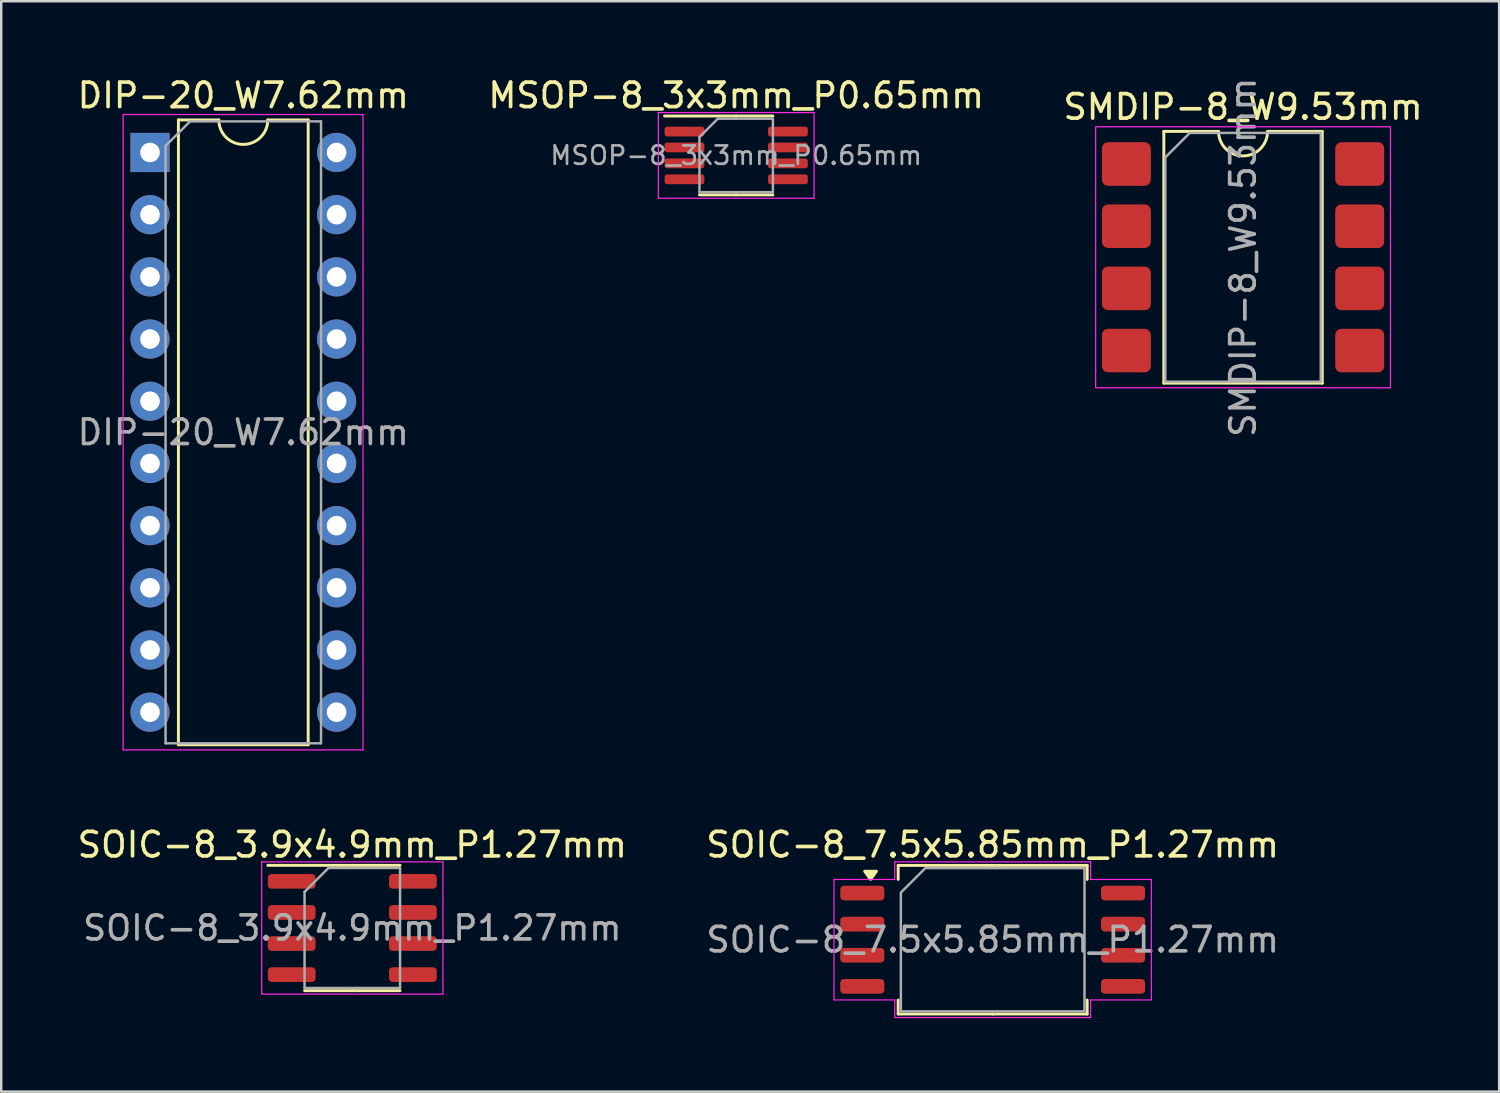
<source format=kicad_pcb>
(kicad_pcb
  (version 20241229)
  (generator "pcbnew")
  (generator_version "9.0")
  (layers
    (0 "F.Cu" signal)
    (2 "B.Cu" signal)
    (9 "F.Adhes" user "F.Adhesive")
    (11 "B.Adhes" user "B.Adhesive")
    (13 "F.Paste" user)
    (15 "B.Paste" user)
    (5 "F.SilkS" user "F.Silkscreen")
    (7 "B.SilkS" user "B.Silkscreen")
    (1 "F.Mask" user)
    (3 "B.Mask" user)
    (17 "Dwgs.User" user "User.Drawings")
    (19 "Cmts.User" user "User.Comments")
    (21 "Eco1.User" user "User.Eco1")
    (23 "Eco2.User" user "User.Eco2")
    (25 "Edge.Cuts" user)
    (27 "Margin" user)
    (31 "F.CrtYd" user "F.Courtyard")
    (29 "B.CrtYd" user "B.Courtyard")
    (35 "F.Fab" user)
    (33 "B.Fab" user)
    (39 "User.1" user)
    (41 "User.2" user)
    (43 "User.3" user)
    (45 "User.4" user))
  (footprint "DIP-20_W7.62mm"
    (layer "F.Cu")
    (at 3.077 3.178)
    (property "Reference" "DIP-20_W7.62mm" (at 3.81 -2.33 0) (layer "F.SilkS") (effects (font (size 1 1) (thickness 0.15))))
    (attr through_hole)
    (fp_line (start 1.16 -1.33) (end 1.16 24.19) (stroke (width 0.12) (type solid)) (layer "F.SilkS"))
    (fp_line (start 1.16 24.19) (end 6.46 24.19) (stroke (width 0.12) (type solid)) (layer "F.SilkS"))
    (fp_line (start 2.81 -1.33) (end 1.16 -1.33) (stroke (width 0.12) (type solid)) (layer "F.SilkS"))
    (fp_line (start 6.46 -1.33) (end 4.81 -1.33) (stroke (width 0.12) (type solid)) (layer "F.SilkS"))
    (fp_line (start 6.46 24.19) (end 6.46 -1.33) (stroke (width 0.12) (type solid)) (layer "F.SilkS"))
    (fp_arc (start 4.81 -1.33) (mid 3.81 -0.33) (end 2.81 -1.33) (stroke (width 0.12) (type solid)) (layer "F.SilkS"))
    (fp_line (start -1.1 -1.55) (end -1.1 24.4) (stroke (width 0.05) (type solid)) (layer "F.CrtYd"))
    (fp_line (start -1.1 24.4) (end 8.7 24.4) (stroke (width 0.05) (type solid)) (layer "F.CrtYd"))
    (fp_line (start 8.7 -1.55) (end -1.1 -1.55) (stroke (width 0.05) (type solid)) (layer "F.CrtYd"))
    (fp_line (start 8.7 24.4) (end 8.7 -1.55) (stroke (width 0.05) (type solid)) (layer "F.CrtYd"))
    (fp_line (start 0.635 -0.27) (end 1.635 -1.27) (stroke (width 0.1) (type solid)) (layer "F.Fab"))
    (fp_line (start 0.635 24.13) (end 0.635 -0.27) (stroke (width 0.1) (type solid)) (layer "F.Fab"))
    (fp_line (start 1.635 -1.27) (end 6.985 -1.27) (stroke (width 0.1) (type solid)) (layer "F.Fab"))
    (fp_line (start 6.985 -1.27) (end 6.985 24.13) (stroke (width 0.1) (type solid)) (layer "F.Fab"))
    (fp_line (start 6.985 24.13) (end 0.635 24.13) (stroke (width 0.1) (type solid)) (layer "F.Fab"))
    (fp_text user "${REFERENCE}" (at 3.81 11.43 0) (layer "F.Fab") (effects (font (size 1 1) (thickness 0.15))))
    (pad "1" thru_hole rect (at 0 0) (size 1.6 1.6) (drill 0.8) (layers "*.Cu" "*.Mask"))
    (pad "2" thru_hole oval (at 0 2.54) (size 1.6 1.6) (drill 0.8) (layers "*.Cu" "*.Mask"))
    (pad "3" thru_hole oval (at 0 5.08) (size 1.6 1.6) (drill 0.8) (layers "*.Cu" "*.Mask"))
    (pad "4" thru_hole oval (at 0 7.62) (size 1.6 1.6) (drill 0.8) (layers "*.Cu" "*.Mask"))
    (pad "5" thru_hole oval (at 0 10.16) (size 1.6 1.6) (drill 0.8) (layers "*.Cu" "*.Mask"))
    (pad "6" thru_hole oval (at 0 12.7) (size 1.6 1.6) (drill 0.8) (layers "*.Cu" "*.Mask"))
    (pad "7" thru_hole oval (at 0 15.24) (size 1.6 1.6) (drill 0.8) (layers "*.Cu" "*.Mask"))
    (pad "8" thru_hole oval (at 0 17.78) (size 1.6 1.6) (drill 0.8) (layers "*.Cu" "*.Mask"))
    (pad "9" thru_hole oval (at 0 20.32) (size 1.6 1.6) (drill 0.8) (layers "*.Cu" "*.Mask"))
    (pad "10" thru_hole oval (at 0 22.86) (size 1.6 1.6) (drill 0.8) (layers "*.Cu" "*.Mask"))
    (pad "11" thru_hole oval (at 7.62 22.86) (size 1.6 1.6) (drill 0.8) (layers "*.Cu" "*.Mask"))
    (pad "12" thru_hole oval (at 7.62 20.32) (size 1.6 1.6) (drill 0.8) (layers "*.Cu" "*.Mask"))
    (pad "13" thru_hole oval (at 7.62 17.78) (size 1.6 1.6) (drill 0.8) (layers "*.Cu" "*.Mask"))
    (pad "14" thru_hole oval (at 7.62 15.24) (size 1.6 1.6) (drill 0.8) (layers "*.Cu" "*.Mask"))
    (pad "15" thru_hole oval (at 7.62 12.7) (size 1.6 1.6) (drill 0.8) (layers "*.Cu" "*.Mask"))
    (pad "16" thru_hole oval (at 7.62 10.16) (size 1.6 1.6) (drill 0.8) (layers "*.Cu" "*.Mask"))
    (pad "17" thru_hole oval (at 7.62 7.62) (size 1.6 1.6) (drill 0.8) (layers "*.Cu" "*.Mask"))
    (pad "18" thru_hole oval (at 7.62 5.08) (size 1.6 1.6) (drill 0.8) (layers "*.Cu" "*.Mask"))
    (pad "19" thru_hole oval (at 7.62 2.54) (size 1.6 1.6) (drill 0.8) (layers "*.Cu" "*.Mask"))
    (pad "20" thru_hole oval (at 7.62 0) (size 1.6 1.6) (drill 0.8) (layers "*.Cu" "*.Mask")))
  (footprint "SOIC-8_7.5x5.85mm_P1.27mm"
    (layer "F.Cu")
    (at 37.494 35.331)
    (property "Reference" "SOIC-8_7.5x5.85mm_P1.27mm" (at 0 -3.88 0) (layer "F.SilkS") (effects (font (size 1 1) (thickness 0.15))))
    (attr smd)
    (fp_line (start -3.86 -3.035) (end -3.86 -2.465) (stroke (width 0.12) (type solid)) (layer "F.SilkS"))
    (fp_line (start -3.86 3.035) (end -3.86 2.465) (stroke (width 0.12) (type solid)) (layer "F.SilkS"))
    (fp_line (start 0 -3.035) (end -3.86 -3.035) (stroke (width 0.12) (type solid)) (layer "F.SilkS"))
    (fp_line (start 0 -3.035) (end 3.86 -3.035) (stroke (width 0.12) (type solid)) (layer "F.SilkS"))
    (fp_line (start 0 3.035) (end -3.86 3.035) (stroke (width 0.12) (type solid)) (layer "F.SilkS"))
    (fp_line (start 0 3.035) (end 3.86 3.035) (stroke (width 0.12) (type solid)) (layer "F.SilkS"))
    (fp_line (start 3.86 -3.035) (end 3.86 -2.465) (stroke (width 0.12) (type solid)) (layer "F.SilkS"))
    (fp_line (start 3.86 3.035) (end 3.86 2.465) (stroke (width 0.12) (type solid)) (layer "F.SilkS"))
    (fp_poly (pts (xy -4.987 -2.465) (xy -5.228 -2.795) (xy -4.747 -2.795)) (stroke (width 0.12) (type solid)) (fill yes) (layer "F.SilkS"))
    (fp_line (start -6.48 -2.46) (end -4 -2.46) (stroke (width 0.05) (type solid)) (layer "F.CrtYd"))
    (fp_line (start -6.48 2.46) (end -6.48 -2.46) (stroke (width 0.05) (type solid)) (layer "F.CrtYd"))
    (fp_line (start -4 -3.18) (end 4 -3.18) (stroke (width 0.05) (type solid)) (layer "F.CrtYd"))
    (fp_line (start -4 -2.46) (end -4 -3.18) (stroke (width 0.05) (type solid)) (layer "F.CrtYd"))
    (fp_line (start -4 2.46) (end -6.48 2.46) (stroke (width 0.05) (type solid)) (layer "F.CrtYd"))
    (fp_line (start -4 3.18) (end -4 2.46) (stroke (width 0.05) (type solid)) (layer "F.CrtYd"))
    (fp_line (start 4 -3.18) (end 4 -2.46) (stroke (width 0.05) (type solid)) (layer "F.CrtYd"))
    (fp_line (start 4 -2.46) (end 6.48 -2.46) (stroke (width 0.05) (type solid)) (layer "F.CrtYd"))
    (fp_line (start 4 2.46) (end 4 3.18) (stroke (width 0.05) (type solid)) (layer "F.CrtYd"))
    (fp_line (start 4 3.18) (end -4 3.18) (stroke (width 0.05) (type solid)) (layer "F.CrtYd"))
    (fp_line (start 6.48 -2.46) (end 6.48 2.46) (stroke (width 0.05) (type solid)) (layer "F.CrtYd"))
    (fp_line (start 6.48 2.46) (end 4 2.46) (stroke (width 0.05) (type solid)) (layer "F.CrtYd"))
    (fp_poly (pts (xy -3.75 -1.925) (xy -3.75 2.925) (xy 3.75 2.925) (xy 3.75 -2.925) (xy -2.75 -2.925)) (stroke (width 0.1) (type solid)) (fill no) (layer "F.Fab"))
    (fp_text user "${REFERENCE}" (at 0 0 0) (layer "F.Fab") (effects (font (size 1 1) (thickness 0.15))))
    (pad "1" smd roundrect (at -5.325 -1.905) (size 1.8 0.6) (layers "F.Cu" "F.Mask" "F.Paste") (roundrect_rratio 0.25))
    (pad "2" smd roundrect (at -5.325 -0.635) (size 1.8 0.6) (layers "F.Cu" "F.Mask" "F.Paste") (roundrect_rratio 0.25))
    (pad "3" smd roundrect (at -5.325 0.635) (size 1.8 0.6) (layers "F.Cu" "F.Mask" "F.Paste") (roundrect_rratio 0.25))
    (pad "4" smd roundrect (at -5.325 1.905) (size 1.8 0.6) (layers "F.Cu" "F.Mask" "F.Paste") (roundrect_rratio 0.25))
    (pad "5" smd roundrect (at 5.325 1.905) (size 1.8 0.6) (layers "F.Cu" "F.Mask" "F.Paste") (roundrect_rratio 0.25))
    (pad "6" smd roundrect (at 5.325 0.635) (size 1.8 0.6) (layers "F.Cu" "F.Mask" "F.Paste") (roundrect_rratio 0.25))
    (pad "7" smd roundrect (at 5.325 -0.635) (size 1.8 0.6) (layers "F.Cu" "F.Mask" "F.Paste") (roundrect_rratio 0.25))
    (pad "8" smd roundrect (at 5.325 -1.905) (size 1.8 0.6) (layers "F.Cu" "F.Mask" "F.Paste") (roundrect_rratio 0.25)))
  (footprint "MSOP-8_3x3mm_P0.65mm"
    (layer "F.Cu")
    (at 27.018 3.298)
    (property "Reference" "MSOP-8_3x3mm_P0.65mm" (at 0 -2.45 0) (layer "F.SilkS") (effects (font (size 1 1) (thickness 0.15))))
    (attr smd)
    (fp_line (start 0 -1.61) (end -2.925 -1.61) (stroke (width 0.12) (type solid)) (layer "F.SilkS"))
    (fp_line (start 0 -1.61) (end 1.5 -1.61) (stroke (width 0.12) (type solid)) (layer "F.SilkS"))
    (fp_line (start 0 1.61) (end -1.5 1.61) (stroke (width 0.12) (type solid)) (layer "F.SilkS"))
    (fp_line (start 0 1.61) (end 1.5 1.61) (stroke (width 0.12) (type solid)) (layer "F.SilkS"))
    (fp_line (start -3.18 -1.75) (end -3.18 1.75) (stroke (width 0.05) (type solid)) (layer "F.CrtYd"))
    (fp_line (start -3.18 1.75) (end 3.18 1.75) (stroke (width 0.05) (type solid)) (layer "F.CrtYd"))
    (fp_line (start 3.18 -1.75) (end -3.18 -1.75) (stroke (width 0.05) (type solid)) (layer "F.CrtYd"))
    (fp_line (start 3.18 1.75) (end 3.18 -1.75) (stroke (width 0.05) (type solid)) (layer "F.CrtYd"))
    (fp_line (start -1.5 -0.75) (end -0.75 -1.5) (stroke (width 0.1) (type solid)) (layer "F.Fab"))
    (fp_line (start -1.5 1.5) (end -1.5 -0.75) (stroke (width 0.1) (type solid)) (layer "F.Fab"))
    (fp_line (start -0.75 -1.5) (end 1.5 -1.5) (stroke (width 0.1) (type solid)) (layer "F.Fab"))
    (fp_line (start 1.5 -1.5) (end 1.5 1.5) (stroke (width 0.1) (type solid)) (layer "F.Fab"))
    (fp_line (start 1.5 1.5) (end -1.5 1.5) (stroke (width 0.1) (type solid)) (layer "F.Fab"))
    (fp_text user "${REFERENCE}" (at 0 0 0) (layer "F.Fab") (effects (font (size 0.75 0.75) (thickness 0.11))))
    (pad "1" smd roundrect (at -2.112 -0.975) (size 1.625 0.4) (layers "F.Cu" "F.Mask" "F.Paste") (roundrect_rratio 0.25))
    (pad "2" smd roundrect (at -2.112 -0.325) (size 1.625 0.4) (layers "F.Cu" "F.Mask" "F.Paste") (roundrect_rratio 0.25))
    (pad "3" smd roundrect (at -2.112 0.325) (size 1.625 0.4) (layers "F.Cu" "F.Mask" "F.Paste") (roundrect_rratio 0.25))
    (pad "4" smd roundrect (at -2.112 0.975) (size 1.625 0.4) (layers "F.Cu" "F.Mask" "F.Paste") (roundrect_rratio 0.25))
    (pad "5" smd roundrect (at 2.112 0.975) (size 1.625 0.4) (layers "F.Cu" "F.Mask" "F.Paste") (roundrect_rratio 0.25))
    (pad "6" smd roundrect (at 2.112 0.325) (size 1.625 0.4) (layers "F.Cu" "F.Mask" "F.Paste") (roundrect_rratio 0.25))
    (pad "7" smd roundrect (at 2.112 -0.325) (size 1.625 0.4) (layers "F.Cu" "F.Mask" "F.Paste") (roundrect_rratio 0.25))
    (pad "8" smd roundrect (at 2.112 -0.975) (size 1.625 0.4) (layers "F.Cu" "F.Mask" "F.Paste") (roundrect_rratio 0.25)))
  (footprint "SOIC-8_3.9x4.9mm_P1.27mm"
    (layer "F.Cu")
    (at 11.339 34.852)
    (property "Reference" "SOIC-8_3.9x4.9mm_P1.27mm" (at 0 -3.4 0) (layer "F.SilkS") (effects (font (size 1 1) (thickness 0.15))))
    (attr smd)
    (fp_line (start 0 -2.56) (end -3.45 -2.56) (stroke (width 0.12) (type solid)) (layer "F.SilkS"))
    (fp_line (start 0 -2.56) (end 1.95 -2.56) (stroke (width 0.12) (type solid)) (layer "F.SilkS"))
    (fp_line (start 0 2.56) (end -1.95 2.56) (stroke (width 0.12) (type solid)) (layer "F.SilkS"))
    (fp_line (start 0 2.56) (end 1.95 2.56) (stroke (width 0.12) (type solid)) (layer "F.SilkS"))
    (fp_line (start -3.7 -2.7) (end -3.7 2.7) (stroke (width 0.05) (type solid)) (layer "F.CrtYd"))
    (fp_line (start -3.7 2.7) (end 3.7 2.7) (stroke (width 0.05) (type solid)) (layer "F.CrtYd"))
    (fp_line (start 3.7 -2.7) (end -3.7 -2.7) (stroke (width 0.05) (type solid)) (layer "F.CrtYd"))
    (fp_line (start 3.7 2.7) (end 3.7 -2.7) (stroke (width 0.05) (type solid)) (layer "F.CrtYd"))
    (fp_line (start -1.95 -1.475) (end -0.975 -2.45) (stroke (width 0.1) (type solid)) (layer "F.Fab"))
    (fp_line (start -1.95 2.45) (end -1.95 -1.475) (stroke (width 0.1) (type solid)) (layer "F.Fab"))
    (fp_line (start -0.975 -2.45) (end 1.95 -2.45) (stroke (width 0.1) (type solid)) (layer "F.Fab"))
    (fp_line (start 1.95 -2.45) (end 1.95 2.45) (stroke (width 0.1) (type solid)) (layer "F.Fab"))
    (fp_line (start 1.95 2.45) (end -1.95 2.45) (stroke (width 0.1) (type solid)) (layer "F.Fab"))
    (fp_text user "${REFERENCE}" (at 0 0 0) (layer "F.Fab") (effects (font (size 0.98 0.98) (thickness 0.15))))
    (pad "1" smd roundrect (at -2.475 -1.905) (size 1.95 0.6) (layers "F.Cu" "F.Mask" "F.Paste") (roundrect_rratio 0.25))
    (pad "2" smd roundrect (at -2.475 -0.635) (size 1.95 0.6) (layers "F.Cu" "F.Mask" "F.Paste") (roundrect_rratio 0.25))
    (pad "3" smd roundrect (at -2.475 0.635) (size 1.95 0.6) (layers "F.Cu" "F.Mask" "F.Paste") (roundrect_rratio 0.25))
    (pad "4" smd roundrect (at -2.475 1.905) (size 1.95 0.6) (layers "F.Cu" "F.Mask" "F.Paste") (roundrect_rratio 0.25))
    (pad "5" smd roundrect (at 2.475 1.905) (size 1.95 0.6) (layers "F.Cu" "F.Mask" "F.Paste") (roundrect_rratio 0.25))
    (pad "6" smd roundrect (at 2.475 0.635) (size 1.95 0.6) (layers "F.Cu" "F.Mask" "F.Paste") (roundrect_rratio 0.25))
    (pad "7" smd roundrect (at 2.475 -0.635) (size 1.95 0.6) (layers "F.Cu" "F.Mask" "F.Paste") (roundrect_rratio 0.25))
    (pad "8" smd roundrect (at 2.475 -1.905) (size 1.95 0.6) (layers "F.Cu" "F.Mask" "F.Paste") (roundrect_rratio 0.25)))
  (footprint "SMDIP-8_W9.53mm"
    (layer "F.Cu")
    (at 47.72 7.458)
    (property "Reference" "SMDIP-8_W9.53mm" (at 0 -6.14 0) (layer "F.SilkS") (effects (font (size 1 1) (thickness 0.15))))
    (attr smd)
    (fp_line (start -3.235 -5.14) (end -3.235 5.14) (stroke (width 0.12) (type solid)) (layer "F.SilkS"))
    (fp_line (start -3.235 5.14) (end 3.235 5.14) (stroke (width 0.12) (type solid)) (layer "F.SilkS"))
    (fp_line (start -1 -5.14) (end -3.235 -5.14) (stroke (width 0.12) (type solid)) (layer "F.SilkS"))
    (fp_line (start 3.235 -5.14) (end 1 -5.14) (stroke (width 0.12) (type solid)) (layer "F.SilkS"))
    (fp_line (start 3.235 5.14) (end 3.235 -5.14) (stroke (width 0.12) (type solid)) (layer "F.SilkS"))
    (fp_arc (start 1 -5.14) (mid 0 -4.14) (end -1 -5.14) (stroke (width 0.12) (type solid)) (layer "F.SilkS"))
    (fp_rect (start -6.02 -5.33) (end 6.02 5.33) (stroke (width 0.05) (type solid)) (fill no) (layer "F.CrtYd"))
    (fp_line (start -3.175 -4.08) (end -2.175 -5.08) (stroke (width 0.1) (type solid)) (layer "F.Fab"))
    (fp_line (start -3.175 5.08) (end -3.175 -4.08) (stroke (width 0.1) (type solid)) (layer "F.Fab"))
    (fp_line (start -2.175 -5.08) (end 3.175 -5.08) (stroke (width 0.1) (type solid)) (layer "F.Fab"))
    (fp_line (start 3.175 -5.08) (end 3.175 5.08) (stroke (width 0.1) (type solid)) (layer "F.Fab"))
    (fp_line (start 3.175 5.08) (end -3.175 5.08) (stroke (width 0.1) (type solid)) (layer "F.Fab"))
    (fp_text user "${REFERENCE}" (at 0 0 90) (layer "F.Fab") (effects (font (size 1 1) (thickness 0.15))))
    (pad "1" smd roundrect (at -4.765 -3.81) (size 2 1.78) (layers "F.Cu" "F.Mask" "F.Paste") (roundrect_rratio 0.14))
    (pad "2" smd roundrect (at -4.765 -1.27) (size 2 1.78) (layers "F.Cu" "F.Mask" "F.Paste") (roundrect_rratio 0.14))
    (pad "3" smd roundrect (at -4.765 1.27) (size 2 1.78) (layers "F.Cu" "F.Mask" "F.Paste") (roundrect_rratio 0.14))
    (pad "4" smd roundrect (at -4.765 3.81) (size 2 1.78) (layers "F.Cu" "F.Mask" "F.Paste") (roundrect_rratio 0.14))
    (pad "5" smd roundrect (at 4.765 3.81) (size 2 1.78) (layers "F.Cu" "F.Mask" "F.Paste") (roundrect_rratio 0.14))
    (pad "6" smd roundrect (at 4.765 1.27) (size 2 1.78) (layers "F.Cu" "F.Mask" "F.Paste") (roundrect_rratio 0.14))
    (pad "7" smd roundrect (at 4.765 -1.27) (size 2 1.78) (layers "F.Cu" "F.Mask" "F.Paste") (roundrect_rratio 0.14))
    (pad "8" smd roundrect (at 4.765 -3.81) (size 2 1.78) (layers "F.Cu" "F.Mask" "F.Paste") (roundrect_rratio 0.14)))
  (gr_rect
    (start -3 -3)
    (end 58.179 41.536)
    (stroke (width 0.1) (type default))
    (fill no)
    (layer "Edge.Cuts")))
</source>
